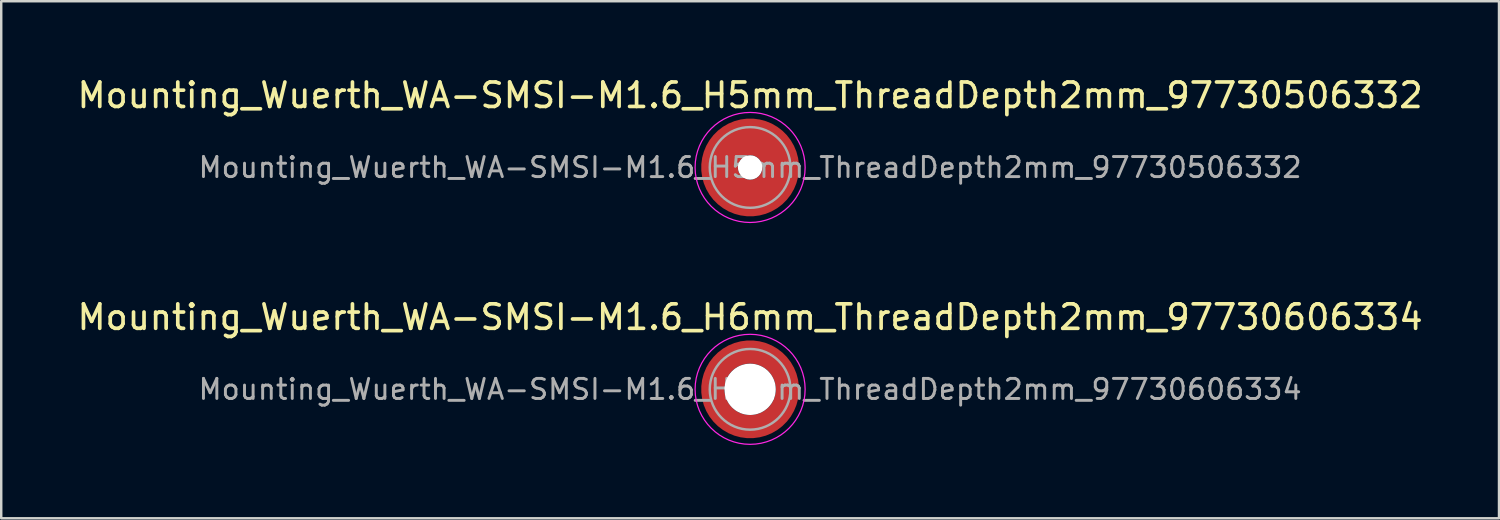
<source format=kicad_pcb>
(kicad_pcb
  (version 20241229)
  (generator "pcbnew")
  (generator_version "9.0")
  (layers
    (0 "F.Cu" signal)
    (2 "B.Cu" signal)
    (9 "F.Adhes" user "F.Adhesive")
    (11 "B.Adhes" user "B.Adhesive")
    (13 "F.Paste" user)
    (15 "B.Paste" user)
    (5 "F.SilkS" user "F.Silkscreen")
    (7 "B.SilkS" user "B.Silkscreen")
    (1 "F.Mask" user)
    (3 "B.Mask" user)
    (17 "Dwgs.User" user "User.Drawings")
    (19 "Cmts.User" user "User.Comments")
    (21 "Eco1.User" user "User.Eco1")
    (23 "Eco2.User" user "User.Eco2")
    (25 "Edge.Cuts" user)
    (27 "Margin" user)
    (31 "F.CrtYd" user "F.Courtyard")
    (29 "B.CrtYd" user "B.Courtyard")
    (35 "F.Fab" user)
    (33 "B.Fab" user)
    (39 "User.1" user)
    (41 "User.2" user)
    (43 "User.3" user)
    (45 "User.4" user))
  (footprint "Mounting_Wuerth_WA-SMSI-M1.6_H6mm_ThreadDepth2mm_97730606334"
    (layer "F.Cu")
    (at 27.625 12.871)
    (property "Reference" "Mounting_Wuerth_WA-SMSI-M1.6_H6mm_ThreadDepth2mm_97730606334" (at 0 -2.95 0) (layer "F.SilkS") (effects (font (size 1 1) (thickness 0.15))))
    (property "Mouser Part no." "" (at 0 0 0) (layer "F.Fab") (effects (font (size 1.27 1.27) (thickness 0.15))))
    (property "Mouser link" "" (at 0 0 0) (layer "F.Fab") (effects (font (size 1.27 1.27) (thickness 0.15))))
    (attr smd)
    (fp_circle (center 0 0) (end 2.25 0) (stroke (width 0.05) (type solid)) (fill no) (layer "F.CrtYd"))
    (fp_circle (center 0 0) (end 1.65 0) (stroke (width 0.1) (type solid)) (fill no) (layer "F.Fab"))
    (fp_text user "${REFERENCE}" (at 0 0 0) (layer "F.Fab") (effects (font (size 0.82 0.82) (thickness 0.12))))
    (pad "" smd custom (at -1.061 -1.061) (size 0.4 0.4) (layers "F.Paste") (options (anchor circle)) (primitives (gr_arc (start -0.101235 0.76066) (mid 0.211799 0.212465) (end 0.759748 -0.100999) (width 0.2)) (gr_arc (start -0.204251 0.76066) (mid 0.141299 0.141544) (end 0.760323 -0.204171) (width 0.2)) (gr_arc (start -0.306819 0.76066) (mid 0.070255 0.071167) (end 0.759401 -0.306542) (width 0.2)) (gr_arc (start -0.409034 0.76066) (mid -0.000242 0.000241) (end 0.759991 -0.408897) (width 0.2)) (gr_arc (start -0.510963 0.76066) (mid -0.071561 -0.06986) (end 0.758297 -0.51051) (width 0.2)) (gr_arc (start -0.61266 0.76066) (mid -0.142171 -0.140671) (end 0.758572 -0.612284) (width 0.2)) (gr_arc (start -0.714164 0.76066) (mid -0.212264 -0.212) (end 0.760292 -0.714102) (width 0.2)) (gr_line (start 0.761 -0.101) (end 0.761 -0.714) (width 0.2)) (gr_line (start -0.101 0.761) (end -0.714 0.761) (width 0.2))))
    (pad "" smd custom (at -1.061 1.061) (size 0.4 0.4) (layers "F.Paste") (options (anchor circle)) (primitives (gr_arc (start 0.76066 0.101235) (mid 0.212465 -0.211799) (end -0.100999 -0.759748) (width 0.2)) (gr_arc (start 0.76066 0.204251) (mid 0.141544 -0.141299) (end -0.204171 -0.760323) (width 0.2)) (gr_arc (start 0.76066 0.306819) (mid 0.071167 -0.070255) (end -0.306542 -0.759401) (width 0.2)) (gr_arc (start 0.76066 0.409034) (mid 0.000241 0.000242) (end -0.408897 -0.759991) (width 0.2)) (gr_arc (start 0.76066 0.510963) (mid -0.06986 0.071561) (end -0.51051 -0.758297) (width 0.2)) (gr_arc (start 0.76066 0.61266) (mid -0.140671 0.142171) (end -0.612284 -0.758572) (width 0.2)) (gr_arc (start 0.76066 0.714164) (mid -0.212 0.212264) (end -0.714102 -0.760292) (width 0.2)) (gr_line (start -0.101 -0.761) (end -0.714 -0.761) (width 0.2)) (gr_line (start 0.761 0.101) (end 0.761 0.714) (width 0.2))))
    (pad "" np_thru_hole circle (at 0 0) (size 2.1 2.1) (drill 2.1) (layers "*.Cu" "*.Mask"))
    (pad "" smd custom (at 1.061 -1.061) (size 0.4 0.4) (layers "F.Paste") (options (anchor circle)) (primitives (gr_arc (start -0.76066 -0.101235) (mid -0.212465 0.211799) (end 0.100999 0.759748) (width 0.2)) (gr_arc (start -0.76066 -0.204251) (mid -0.141544 0.141299) (end 0.204171 0.760323) (width 0.2)) (gr_arc (start -0.76066 -0.306819) (mid -0.071167 0.070255) (end 0.306542 0.759401) (width 0.2)) (gr_arc (start -0.76066 -0.409034) (mid -0.000241 -0.000242) (end 0.408897 0.759991) (width 0.2)) (gr_arc (start -0.76066 -0.510963) (mid 0.06986 -0.071561) (end 0.51051 0.758297) (width 0.2)) (gr_arc (start -0.76066 -0.61266) (mid 0.140671 -0.142171) (end 0.612284 0.758572) (width 0.2)) (gr_arc (start -0.76066 -0.714164) (mid 0.212 -0.212264) (end 0.714102 0.760292) (width 0.2)) (gr_line (start 0.101 0.761) (end 0.714 0.761) (width 0.2)) (gr_line (start -0.761 -0.101) (end -0.761 -0.714) (width 0.2))))
    (pad "" smd custom (at 1.061 1.061) (size 0.4 0.4) (layers "F.Paste") (options (anchor circle)) (primitives (gr_arc (start 0.101235 -0.76066) (mid -0.211799 -0.212465) (end -0.759748 0.100999) (width 0.2)) (gr_arc (start 0.204251 -0.76066) (mid -0.141299 -0.141544) (end -0.760323 0.204171) (width 0.2)) (gr_arc (start 0.306819 -0.76066) (mid -0.070255 -0.071167) (end -0.759401 0.306542) (width 0.2)) (gr_arc (start 0.409034 -0.76066) (mid 0.000242 -0.000241) (end -0.759991 0.408897) (width 0.2)) (gr_arc (start 0.510963 -0.76066) (mid 0.071561 0.06986) (end -0.758297 0.51051) (width 0.2)) (gr_arc (start 0.61266 -0.76066) (mid 0.142171 0.140671) (end -0.758572 0.612284) (width 0.2)) (gr_arc (start 0.714164 -0.76066) (mid 0.212264 0.212) (end -0.760292 0.714102) (width 0.2)) (gr_line (start -0.761 0.101) (end -0.761 0.714) (width 0.2)) (gr_line (start 0.101 -0.761) (end 0.714 -0.761) (width 0.2))))
    (pad "1" smd circle (at -1.525 0) (size 0.55 0.55) (layers "F.Cu"))
    (pad "1" smd circle (at 0 -1.525) (size 0.55 0.55) (layers "F.Cu"))
    (pad "1" smd circle (at 0 1.525) (size 0.55 0.55) (layers "F.Cu"))
    (pad "1" smd custom (at 1.525 0) (size 0.55 0.55) (layers "F.Cu" "F.Mask") (options (anchor circle)) (primitives (gr_circle (center -1.525 0) (end 0 0) (width 0.95) (fill no)))))
  (footprint "Mounting_Wuerth_WA-SMSI-M1.6_H5mm_ThreadDepth2mm_97730506332"
    (layer "F.Cu")
    (at 27.625 3.798)
    (property "Reference" "Mounting_Wuerth_WA-SMSI-M1.6_H5mm_ThreadDepth2mm_97730506332" (at 0 -2.95 0) (layer "F.SilkS") (effects (font (size 1 1) (thickness 0.15))))
    (property "Mouser Part no." "" (at 0 0 0) (layer "F.Fab") (effects (font (size 1.27 1.27) (thickness 0.15))))
    (property "Mouser link" "" (at 0 0 0) (layer "F.Fab") (effects (font (size 1.27 1.27) (thickness 0.15))))
    (attr smd)
    (fp_circle (center 0 0) (end 2.25 0) (stroke (width 0.05) (type solid)) (fill no) (layer "F.CrtYd"))
    (fp_circle (center 0 0) (end 1.65 0) (stroke (width 0.1) (type solid)) (fill no) (layer "F.Fab"))
    (fp_text user "${REFERENCE}" (at 0 0 0) (layer "F.Fab") (effects (font (size 0.82 0.82) (thickness 0.12))))
    (pad "" smd custom (at 0 -1.25) (size 0.9 0.9) (layers "F.Paste") (options (anchor circle)) (primitives (gr_arc (start -0.259808 0.6) (mid -0.00045 0.55) (end 0.258972 0.599667) (width 0.2)) (gr_arc (start -0.466369 0.6) (mid -0.000127 0.45) (end 0.466163 0.599852) (width 0.2)) (gr_arc (start -0.622495 0.6) (mid -0.000185 0.35) (end 0.622228 0.599745) (width 0.2)) (gr_arc (start -0.759934 0.6) (mid -0.000146 0.25) (end 0.759744 0.599777) (width 0.2)) (gr_arc (start -0.887412 0.6) (mid -0.000546 0.15) (end 0.886766 0.599119) (width 0.2)) (gr_arc (start -1.008712 0.6) (mid -0.000059 0.05) (end 1.008648 0.5999) (width 0.2)) (gr_arc (start -1.125833 0.6) (mid -0.001134 -0.049999) (end 1.124697 0.598036) (width 0.2)) (gr_arc (start -1.23996 0.6) (mid -0.00088 -0.15) (end 1.239142 0.598442) (width 0.2)) (gr_arc (start -1.351851 0.6) (mid -0.000542 -0.25) (end 1.351381 0.599023) (width 0.2)) (gr_arc (start -1.462019 0.6) (mid -0.000852 -0.35) (end 1.461326 0.598443) (width 0.2)) (gr_arc (start -1.570828 0.6) (mid -0.000608 -0.45) (end 1.570363 0.598876) (width 0.2)) (gr_arc (start -1.678541 0.6) (mid -0.000991 -0.55) (end 1.677824 0.598152) (width 0.2)) (gr_line (start 0.26 0.6) (end 1.679 0.6) (width 0.2)) (gr_line (start -0.26 0.6) (end -1.679 0.6) (width 0.2))))
    (pad "" np_thru_hole circle (at 0 0) (size 1 1) (drill 1) (layers "*.Cu" "*.Mask"))
    (pad "" smd custom (at 0 1.25) (size 0.9 0.9) (layers "F.Paste") (options (anchor circle)) (primitives (gr_arc (start 0.259808 -0.6) (mid 0.00045 -0.55) (end -0.258972 -0.599667) (width 0.2)) (gr_arc (start 0.466369 -0.6) (mid 0.000127 -0.45) (end -0.466163 -0.599852) (width 0.2)) (gr_arc (start 0.622495 -0.6) (mid 0.000185 -0.35) (end -0.622228 -0.599745) (width 0.2)) (gr_arc (start 0.759934 -0.6) (mid 0.000146 -0.25) (end -0.759744 -0.599777) (width 0.2)) (gr_arc (start 0.887412 -0.6) (mid 0.000546 -0.15) (end -0.886766 -0.599119) (width 0.2)) (gr_arc (start 1.008712 -0.6) (mid 0.000059 -0.05) (end -1.008648 -0.5999) (width 0.2)) (gr_arc (start 1.125833 -0.6) (mid 0.001134 0.049999) (end -1.124697 -0.598036) (width 0.2)) (gr_arc (start 1.23996 -0.6) (mid 0.00088 0.15) (end -1.239142 -0.598442) (width 0.2)) (gr_arc (start 1.351851 -0.6) (mid 0.000542 0.25) (end -1.351381 -0.599023) (width 0.2)) (gr_arc (start 1.462019 -0.6) (mid 0.000852 0.35) (end -1.461326 -0.598443) (width 0.2)) (gr_arc (start 1.570828 -0.6) (mid 0.000608 0.45) (end -1.570363 -0.598876) (width 0.2)) (gr_arc (start 1.678541 -0.6) (mid 0.000991 0.55) (end -1.677824 -0.598152) (width 0.2)) (gr_line (start -0.26 -0.6) (end -1.679 -0.6) (width 0.2)) (gr_line (start 0.26 -0.6) (end 1.679 -0.6) (width 0.2))))
    (pad "1" smd circle (at -1.25 0) (size 1.1 1.1) (layers "F.Cu"))
    (pad "1" smd circle (at 0 -1.25) (size 1.1 1.1) (layers "F.Cu"))
    (pad "1" smd circle (at 0 1.25) (size 1.1 1.1) (layers "F.Cu"))
    (pad "1" smd custom (at 1.25 0) (size 1.1 1.1) (layers "F.Cu" "F.Mask") (options (anchor circle)) (primitives (gr_circle (center -1.25 0) (end 0 0) (width 1.5) (fill no)))))
  (gr_rect
    (start -3 -3)
    (end 58.25 18.146)
    (stroke (width 0.1) (type default))
    (fill no)
    (layer "Edge.Cuts")))
</source>
